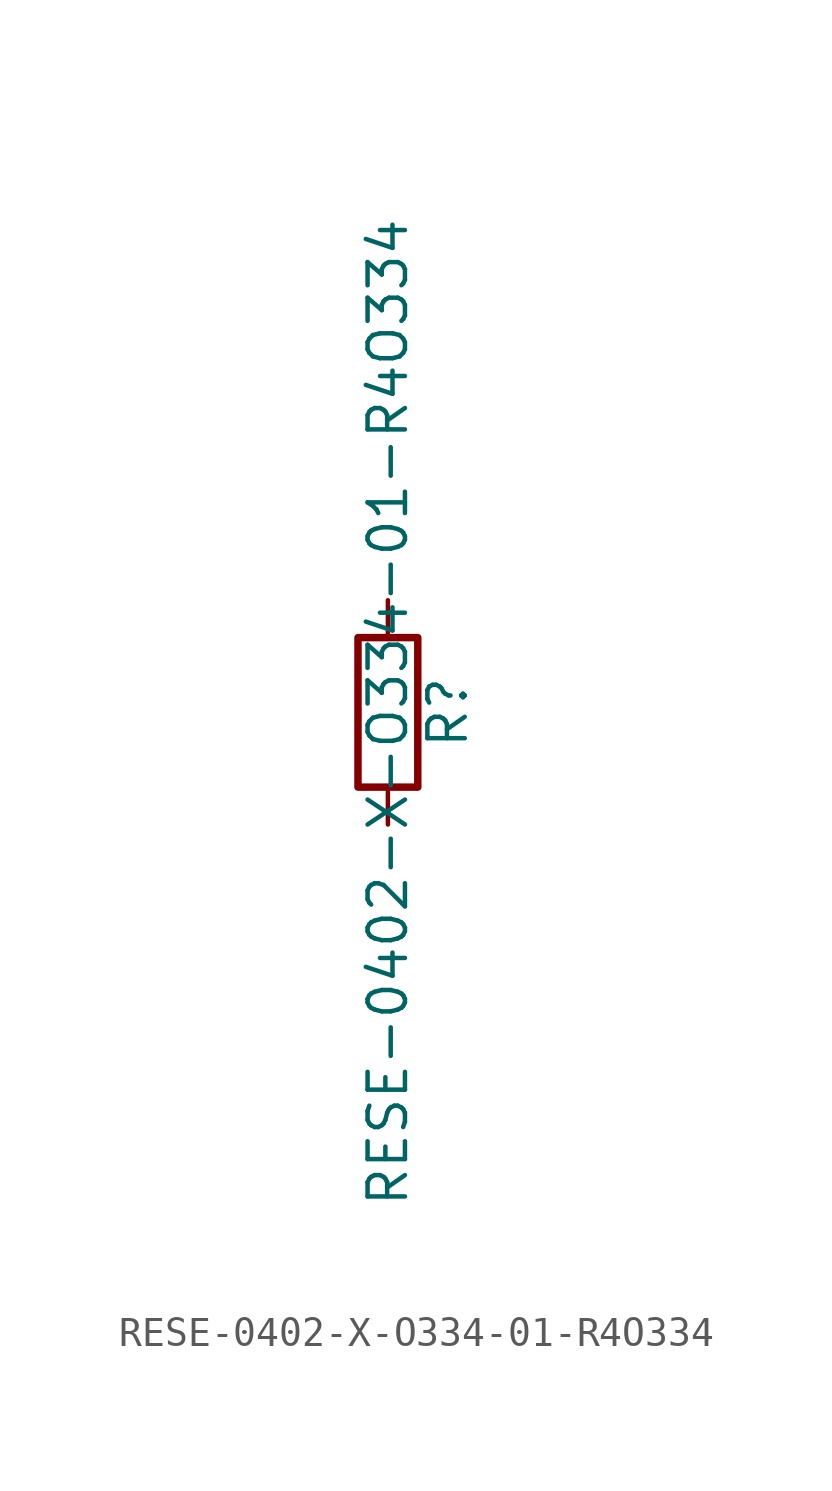
<source format=kicad_sym>
(kicad_symbol_lib
  (version 20211014)
  (generator kicad_symbol_editor)
  (symbol "RESE-0402-X-O334-01-R4O334"
    (pin_numbers hide)
    (pin_names
      (offset 0))
    (property "Reference" "R"
      (at 2.032 0 90)
      (effects (font (size 1.27 1.27))))
    (property "Value" "RESE-0402-X-O334-01-R4O334"
      (at 0 0 90)
      (effects (font (size 1.27 1.27))))
    (symbol "RESE-0402-X-O334-01-R4O334_0_1"
      (rectangle (start -1.016 -2.54) (end 1.016 2.54) (stroke (width 0.254) (type default) (color 0 0 0 0)) (fill (type none))))
    (symbol "RESE-0402-X-O334-01-R4O334_1_1"
      (pin passive line (at 0 3.81 270) (length 1.27) (name "~" (effects (font (size 1.27 1.27)))) (number "1" (effects (font (size 1.27 1.27)))))
      (pin passive line (at 0 -3.81 90) (length 1.27) (name "~" (effects (font (size 1.27 1.27)))) (number "2" (effects (font (size 1.27 1.27))))))))
</source>
